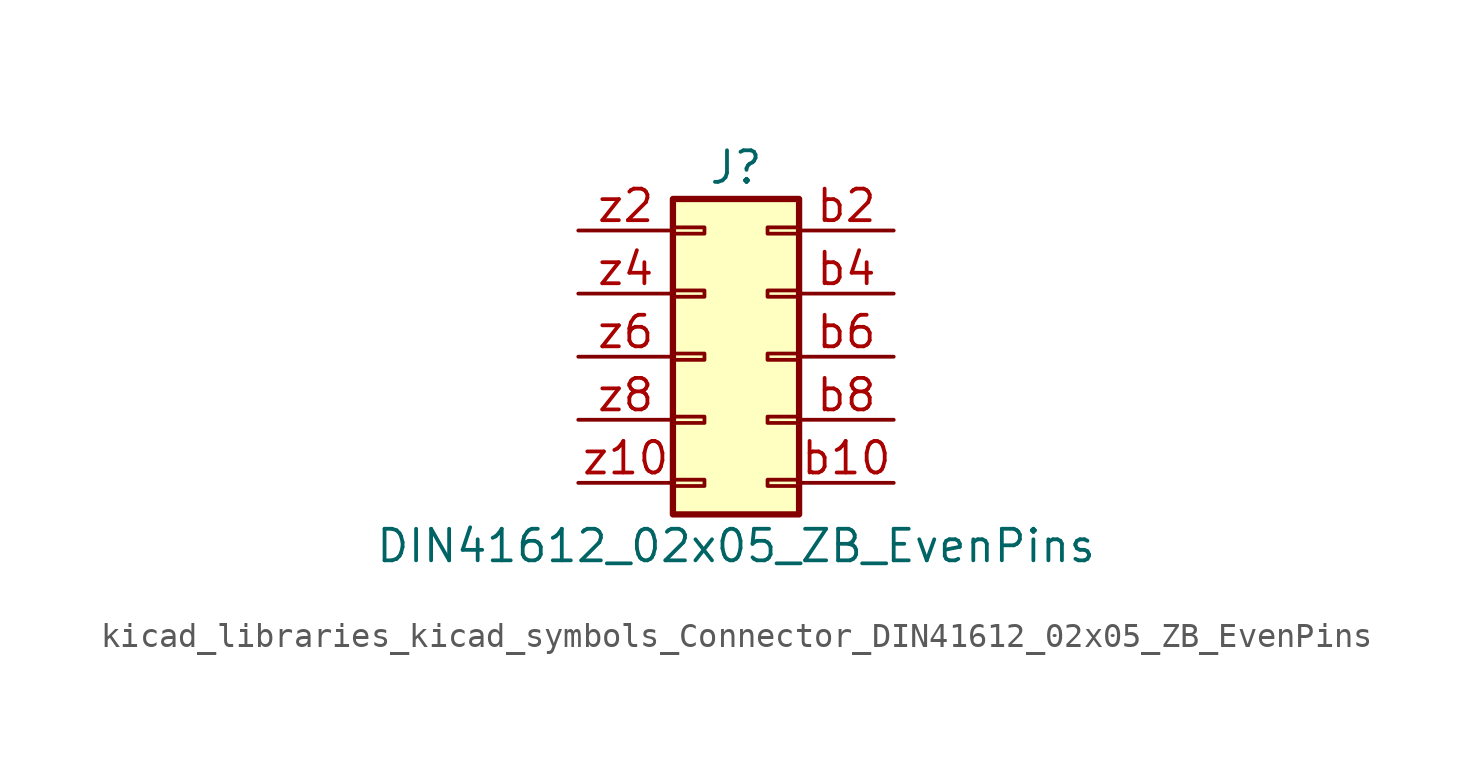
<source format=kicad_sym>
(kicad_symbol_lib
  (version 20220914)
  (generator kicad_symbol_editor)
  (symbol "kicad_libraries_kicad_symbols_Connector_DIN41612_02x05_ZB_EvenPins"
    (pin_names
      (offset 1.016) hide)
    (property "Reference" "J"
      (at 1.27 7.62 0)
      (effects (font (size 1.27 1.27))))
    (property "Value" "DIN41612_02x05_ZB_EvenPins"
      (at 1.27 -7.62 0)
      (effects (font (size 1.27 1.27))))
    (symbol "kicad_libraries_kicad_symbols_Connector_DIN41612_02x05_ZB_EvenPins_1_1"
      (rectangle (start -1.27 -4.953) (end 0 -5.207) (stroke (width 0.152) (type default)) (fill (type none)))
      (rectangle (start -1.27 -2.413) (end 0 -2.667) (stroke (width 0.152) (type default)) (fill (type none)))
      (rectangle (start -1.27 0.127) (end 0 -0.127) (stroke (width 0.152) (type default)) (fill (type none)))
      (rectangle (start -1.27 2.667) (end 0 2.413) (stroke (width 0.152) (type default)) (fill (type none)))
      (rectangle (start -1.27 5.207) (end 0 4.953) (stroke (width 0.152) (type default)) (fill (type none)))
      (rectangle (start -1.27 6.35) (end 3.81 -6.35) (stroke (width 0.254) (type default)) (fill (type background)))
      (rectangle (start 3.81 -4.953) (end 2.54 -5.207) (stroke (width 0.152) (type default)) (fill (type none)))
      (rectangle (start 3.81 -2.413) (end 2.54 -2.667) (stroke (width 0.152) (type default)) (fill (type none)))
      (rectangle (start 3.81 0.127) (end 2.54 -0.127) (stroke (width 0.152) (type default)) (fill (type none)))
      (rectangle (start 3.81 2.667) (end 2.54 2.413) (stroke (width 0.152) (type default)) (fill (type none)))
      (rectangle (start 3.81 5.207) (end 2.54 4.953) (stroke (width 0.152) (type default)) (fill (type none)))
      (pin passive line (at 7.62 -5.08 180) (length 3.81) (name "Pin_b10" (effects (font (size 1.27 1.27)))) (number "b10" (effects (font (size 1.27 1.27)))))
      (pin passive line (at 7.62 5.08 180) (length 3.81) (name "Pin_b2" (effects (font (size 1.27 1.27)))) (number "b2" (effects (font (size 1.27 1.27)))))
      (pin passive line (at 7.62 2.54 180) (length 3.81) (name "Pin_b4" (effects (font (size 1.27 1.27)))) (number "b4" (effects (font (size 1.27 1.27)))))
      (pin passive line (at 7.62 0 180) (length 3.81) (name "Pin_b6" (effects (font (size 1.27 1.27)))) (number "b6" (effects (font (size 1.27 1.27)))))
      (pin passive line (at 7.62 -2.54 180) (length 3.81) (name "Pin_b8" (effects (font (size 1.27 1.27)))) (number "b8" (effects (font (size 1.27 1.27)))))
      (pin passive line (at -5.08 -5.08 0) (length 3.81) (name "Pin_z10" (effects (font (size 1.27 1.27)))) (number "z10" (effects (font (size 1.27 1.27)))))
      (pin passive line (at -5.08 5.08 0) (length 3.81) (name "Pin_z2" (effects (font (size 1.27 1.27)))) (number "z2" (effects (font (size 1.27 1.27)))))
      (pin passive line (at -5.08 2.54 0) (length 3.81) (name "Pin_z4" (effects (font (size 1.27 1.27)))) (number "z4" (effects (font (size 1.27 1.27)))))
      (pin passive line (at -5.08 0 0) (length 3.81) (name "Pin_z6" (effects (font (size 1.27 1.27)))) (number "z6" (effects (font (size 1.27 1.27)))))
      (pin passive line (at -5.08 -2.54 0) (length 3.81) (name "Pin_z8" (effects (font (size 1.27 1.27)))) (number "z8" (effects (font (size 1.27 1.27))))))))
</source>
